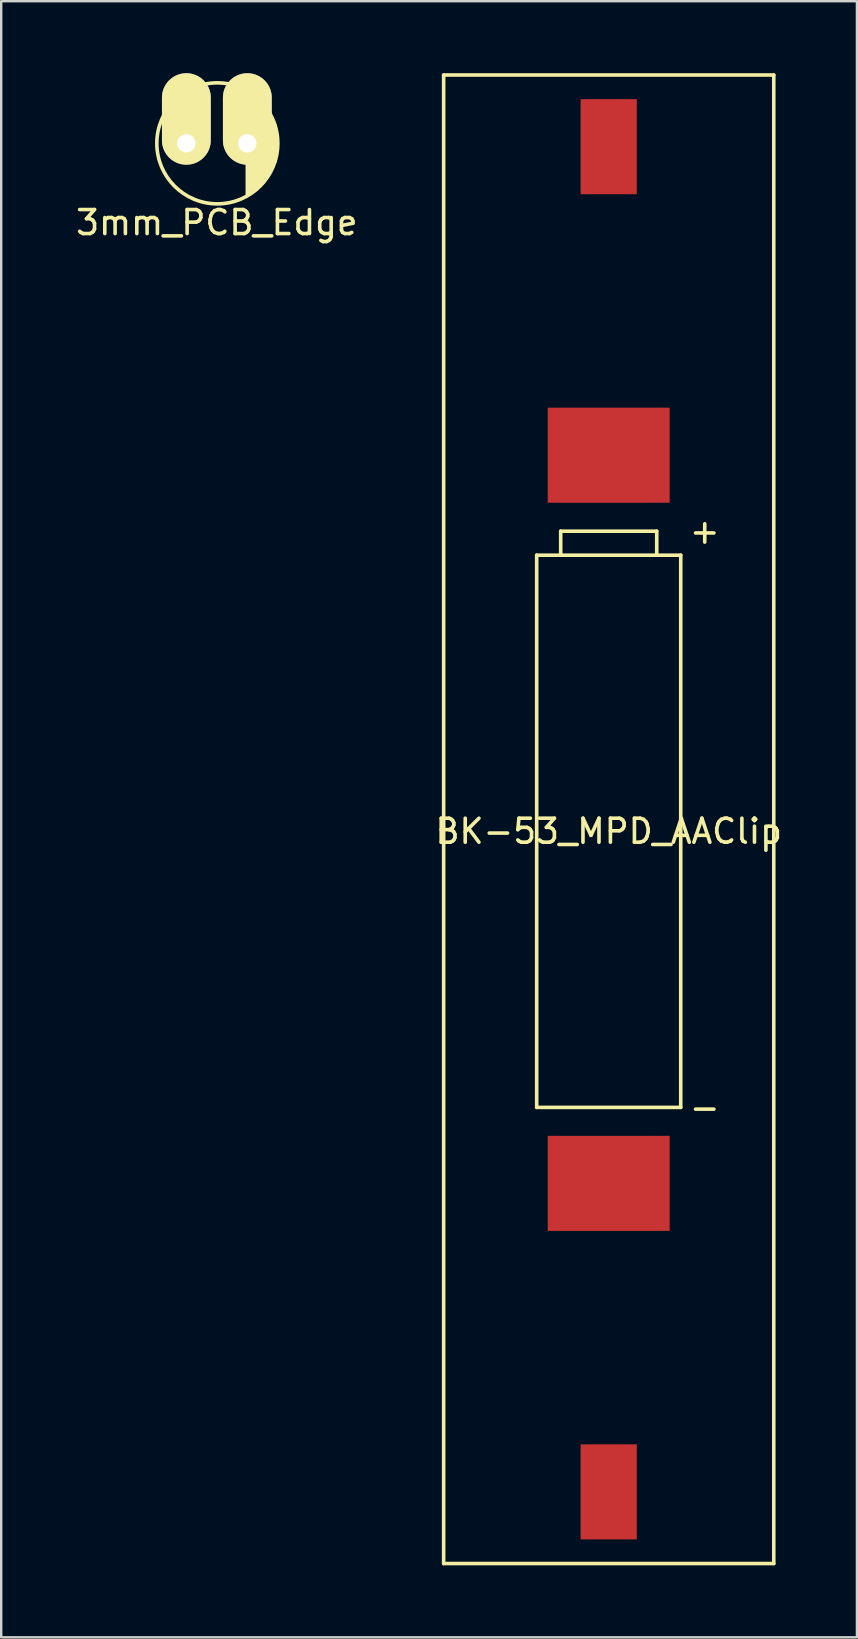
<source format=kicad_pcb>
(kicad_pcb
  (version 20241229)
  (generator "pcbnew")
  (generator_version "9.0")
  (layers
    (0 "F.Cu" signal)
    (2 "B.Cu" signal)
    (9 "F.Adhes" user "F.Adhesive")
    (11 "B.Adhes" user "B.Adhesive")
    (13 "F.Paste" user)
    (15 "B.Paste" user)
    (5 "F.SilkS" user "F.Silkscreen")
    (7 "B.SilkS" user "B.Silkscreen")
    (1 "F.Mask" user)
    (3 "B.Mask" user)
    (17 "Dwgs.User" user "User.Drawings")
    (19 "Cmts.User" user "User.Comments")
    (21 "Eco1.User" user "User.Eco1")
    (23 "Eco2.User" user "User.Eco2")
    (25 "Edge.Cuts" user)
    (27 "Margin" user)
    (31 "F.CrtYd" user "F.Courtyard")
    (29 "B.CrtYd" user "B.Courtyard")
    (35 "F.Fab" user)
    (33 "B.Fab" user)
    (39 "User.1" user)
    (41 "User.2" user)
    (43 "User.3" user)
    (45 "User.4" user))
  (footprint "BK-53_MPD_AAClip"
    (layer "F.Cu")
    (at 22.304 31.075)
    (property "Reference" "BK-53_MPD_AAClip" (at 0 0.5 0) (layer "F.SilkS") (effects (font (size 1 1) (thickness 0.15))))
    (attr through_hole)
    (fp_line (start -6.875 -31) (end 6.875 -31) (stroke (width 0.15) (type solid)) (layer "F.SilkS"))
    (fp_line (start -6.875 31) (end -6.875 -31) (stroke (width 0.15) (type solid)) (layer "F.SilkS"))
    (fp_line (start -3 -11) (end 3 -11) (stroke (width 0.15) (type solid)) (layer "F.SilkS"))
    (fp_line (start -3 12) (end -3 -11) (stroke (width 0.15) (type solid)) (layer "F.SilkS"))
    (fp_line (start -2 -12) (end -2 -11) (stroke (width 0.15) (type solid)) (layer "F.SilkS"))
    (fp_line (start -2 -12) (end 2 -12) (stroke (width 0.15) (type solid)) (layer "F.SilkS"))
    (fp_line (start 2 -12) (end 2 -11) (stroke (width 0.15) (type solid)) (layer "F.SilkS"))
    (fp_line (start 3 -11) (end 3 12) (stroke (width 0.15) (type solid)) (layer "F.SilkS"))
    (fp_line (start 3 12) (end -3 12) (stroke (width 0.15) (type solid)) (layer "F.SilkS"))
    (fp_line (start 6.875 -31) (end 6.875 31) (stroke (width 0.15) (type solid)) (layer "F.SilkS"))
    (fp_line (start 6.875 31) (end -6.875 31) (stroke (width 0.15) (type solid)) (layer "F.SilkS"))
    (fp_text user "+" (at 4 -12 0) (layer "F.SilkS") (effects (font (size 1 1) (thickness 0.15))))
    (fp_text user "-" (at 4 12 0) (layer "F.SilkS") (effects (font (size 1 1) (thickness 0.15))))
    (pad "1" smd rect (at 0 -28.015) (size 2.34 3.96) (layers "F.Cu" "F.Mask" "F.Paste"))
    (pad "1" smd rect (at 0 -15.165) (size 5.08 3.96) (layers "F.Cu" "F.Mask" "F.Paste"))
    (pad "2" smd rect (at 0 15.165) (size 5.08 3.96) (layers "F.Cu" "F.Mask" "F.Paste"))
    (pad "2" smd rect (at 0 28.015) (size 2.34 3.96) (layers "F.Cu" "F.Mask" "F.Paste")))
  (footprint "3mm_PCB_Edge"
    (layer "F.Cu")
    (at 7.252 2.921)
    (property "Reference" "3mm_PCB_Edge" (at -1.27 3.302 0) (layer "F.SilkS") (effects (font (size 1 1) (thickness 0.15))))
    (attr through_hole)
    (fp_line (start 0 2.159) (end 0 -2.159) (stroke (width 0.15) (type solid)) (layer "F.SilkS"))
    (fp_line (start 0.127 2.032) (end 0.127 -2.032) (stroke (width 0.15) (type solid)) (layer "F.SilkS"))
    (fp_line (start 0.254 -2.032) (end 0.254 1.905) (stroke (width 0.15) (type solid)) (layer "F.SilkS"))
    (fp_line (start 0.381 1.905) (end 0.381 -1.905) (stroke (width 0.15) (type solid)) (layer "F.SilkS"))
    (fp_line (start 0.508 -1.778) (end 0.508 1.778) (stroke (width 0.15) (type solid)) (layer "F.SilkS"))
    (fp_line (start 0.635 1.651) (end 0.635 -1.651) (stroke (width 0.15) (type solid)) (layer "F.SilkS"))
    (fp_line (start 0.762 -1.524) (end 0.762 1.397) (stroke (width 0.15) (type solid)) (layer "F.SilkS"))
    (fp_line (start 0.889 1.27) (end 0.889 -1.27) (stroke (width 0.15) (type solid)) (layer "F.SilkS"))
    (fp_line (start 1.016 -1.016) (end 1.016 1.016) (stroke (width 0.15) (type solid)) (layer "F.SilkS"))
    (fp_line (start 1.143 0.762) (end 1.143 -0.762) (stroke (width 0.15) (type solid)) (layer "F.SilkS"))
    (fp_circle (center -1.25 0) (end 1.27 0) (stroke (width 0.15) (type solid)) (fill no) (layer "F.SilkS"))
    (pad "1" thru_hole oval (at -2.54 0) (size 2.032 3.81) (drill 0.762 (offset 0 -1.016)) (layers "*.Cu" "*.Mask" "F.SilkS"))
    (pad "2" thru_hole oval (at 0 0) (size 2.032 3.81) (drill 0.762 (offset 0 -1.016)) (layers "*.Cu" "*.Mask" "F.SilkS")))
  (gr_rect
    (start -3 -3)
    (end 32.643 65.15)
    (stroke (width 0.1) (type default))
    (fill no)
    (layer "Edge.Cuts")))
</source>
